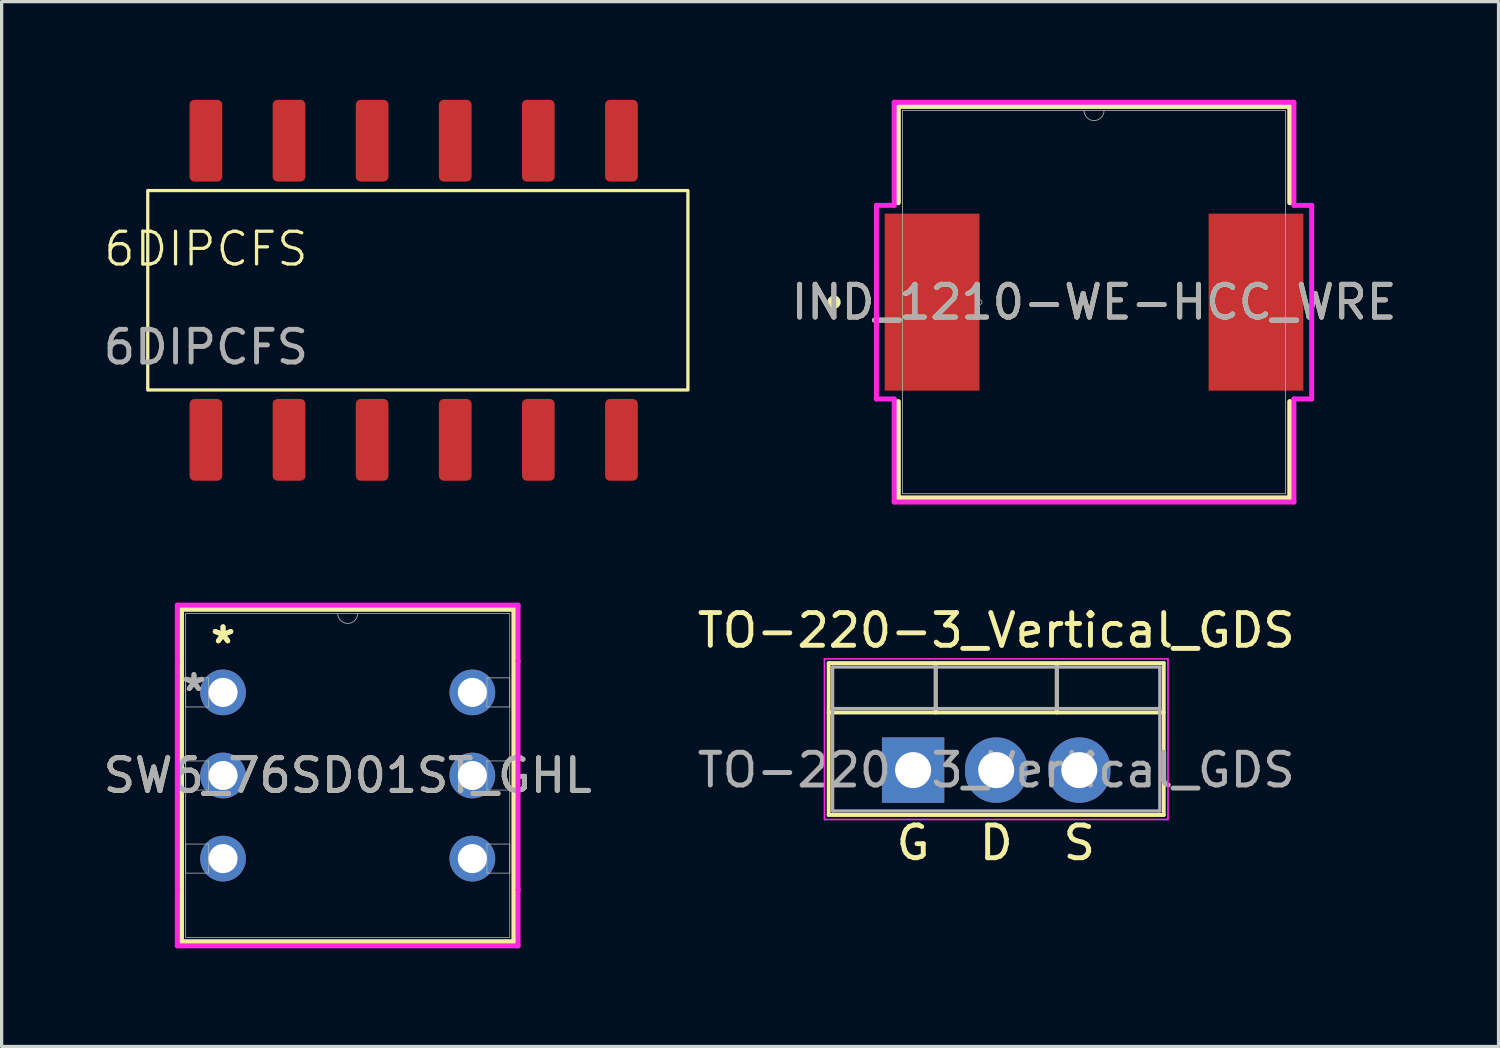
<source format=kicad_pcb>
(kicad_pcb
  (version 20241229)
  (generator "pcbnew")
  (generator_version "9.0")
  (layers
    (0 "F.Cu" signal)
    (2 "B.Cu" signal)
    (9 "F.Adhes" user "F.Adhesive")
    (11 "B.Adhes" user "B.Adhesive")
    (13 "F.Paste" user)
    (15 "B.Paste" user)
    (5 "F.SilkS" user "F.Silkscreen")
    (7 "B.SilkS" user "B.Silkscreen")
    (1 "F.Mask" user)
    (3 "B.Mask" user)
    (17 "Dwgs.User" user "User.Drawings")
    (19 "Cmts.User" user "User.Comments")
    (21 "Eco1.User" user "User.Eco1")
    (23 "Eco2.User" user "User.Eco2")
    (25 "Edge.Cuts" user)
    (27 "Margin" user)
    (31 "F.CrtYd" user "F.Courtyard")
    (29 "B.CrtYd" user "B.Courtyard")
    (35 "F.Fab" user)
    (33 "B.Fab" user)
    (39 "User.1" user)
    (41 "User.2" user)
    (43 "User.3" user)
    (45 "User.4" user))
  (footprint "SW6_76SD01ST_GHL"
    (layer "F.Cu")
    (at 3.767 18.113)
    (property "Reference" "SW6_76SD01ST_GHL" (at 3.81 2.54 0) (unlocked yes) (layer "F.SilkS") (effects (font (size 1 1) (thickness 0.15))))
    (attr through_hole)
    (fp_line (start -1.27 -2.54) (end -1.27 7.62) (stroke (width 0.152) (type solid)) (layer "F.SilkS"))
    (fp_line (start -1.27 7.62) (end 8.89 7.62) (stroke (width 0.152) (type solid)) (layer "F.SilkS"))
    (fp_line (start 8.89 -2.54) (end -1.27 -2.54) (stroke (width 0.152) (type solid)) (layer "F.SilkS"))
    (fp_line (start 8.89 7.62) (end 8.89 -2.54) (stroke (width 0.152) (type solid)) (layer "F.SilkS"))
    (fp_line (start -1.397 -2.667) (end 9.017 -2.667) (stroke (width 0.152) (type solid)) (layer "F.CrtYd"))
    (fp_line (start -1.397 -0.953) (end -1.397 -2.667) (stroke (width 0.152) (type solid)) (layer "F.CrtYd"))
    (fp_line (start -1.397 -0.953) (end -1.397 -0.953) (stroke (width 0.152) (type solid)) (layer "F.CrtYd"))
    (fp_line (start -1.397 6.032) (end -1.397 -0.953) (stroke (width 0.152) (type solid)) (layer "F.CrtYd"))
    (fp_line (start -1.397 6.032) (end -1.397 6.032) (stroke (width 0.152) (type solid)) (layer "F.CrtYd"))
    (fp_line (start -1.397 7.747) (end -1.397 6.032) (stroke (width 0.152) (type solid)) (layer "F.CrtYd"))
    (fp_line (start 9.017 -2.667) (end 9.017 -0.953) (stroke (width 0.152) (type solid)) (layer "F.CrtYd"))
    (fp_line (start 9.017 -0.953) (end 9.017 -0.953) (stroke (width 0.152) (type solid)) (layer "F.CrtYd"))
    (fp_line (start 9.017 -0.953) (end 9.017 6.032) (stroke (width 0.152) (type solid)) (layer "F.CrtYd"))
    (fp_line (start 9.017 6.032) (end 9.017 6.032) (stroke (width 0.152) (type solid)) (layer "F.CrtYd"))
    (fp_line (start 9.017 6.032) (end 9.017 7.747) (stroke (width 0.152) (type solid)) (layer "F.CrtYd"))
    (fp_line (start 9.017 7.747) (end -1.397 7.747) (stroke (width 0.152) (type solid)) (layer "F.CrtYd"))
    (fp_line (start -1.143 -2.413) (end -1.143 7.493) (stroke (width 0.025) (type solid)) (layer "F.Fab"))
    (fp_line (start -1.143 -0.445) (end -0.445 -0.445) (stroke (width 0.025) (type solid)) (layer "F.Fab"))
    (fp_line (start -1.143 0.445) (end -1.143 -0.445) (stroke (width 0.025) (type solid)) (layer "F.Fab"))
    (fp_line (start -1.143 2.095) (end -0.445 2.095) (stroke (width 0.025) (type solid)) (layer "F.Fab"))
    (fp_line (start -1.143 2.985) (end -1.143 2.095) (stroke (width 0.025) (type solid)) (layer "F.Fab"))
    (fp_line (start -1.143 4.636) (end -0.445 4.636) (stroke (width 0.025) (type solid)) (layer "F.Fab"))
    (fp_line (start -1.143 5.524) (end -1.143 4.636) (stroke (width 0.025) (type solid)) (layer "F.Fab"))
    (fp_line (start -1.143 7.493) (end 8.763 7.493) (stroke (width 0.025) (type solid)) (layer "F.Fab"))
    (fp_line (start -0.445 -0.445) (end -0.445 0.445) (stroke (width 0.025) (type solid)) (layer "F.Fab"))
    (fp_line (start -0.445 0.445) (end -1.143 0.445) (stroke (width 0.025) (type solid)) (layer "F.Fab"))
    (fp_line (start -0.445 2.095) (end -0.445 2.985) (stroke (width 0.025) (type solid)) (layer "F.Fab"))
    (fp_line (start -0.445 2.985) (end -1.143 2.985) (stroke (width 0.025) (type solid)) (layer "F.Fab"))
    (fp_line (start -0.445 4.636) (end -0.445 5.524) (stroke (width 0.025) (type solid)) (layer "F.Fab"))
    (fp_line (start -0.445 5.524) (end -1.143 5.524) (stroke (width 0.025) (type solid)) (layer "F.Fab"))
    (fp_line (start 8.065 -0.445) (end 8.763 -0.445) (stroke (width 0.025) (type solid)) (layer "F.Fab"))
    (fp_line (start 8.065 0.445) (end 8.065 -0.445) (stroke (width 0.025) (type solid)) (layer "F.Fab"))
    (fp_line (start 8.065 2.095) (end 8.763 2.095) (stroke (width 0.025) (type solid)) (layer "F.Fab"))
    (fp_line (start 8.065 2.985) (end 8.065 2.095) (stroke (width 0.025) (type solid)) (layer "F.Fab"))
    (fp_line (start 8.065 4.636) (end 8.763 4.636) (stroke (width 0.025) (type solid)) (layer "F.Fab"))
    (fp_line (start 8.065 5.524) (end 8.065 4.636) (stroke (width 0.025) (type solid)) (layer "F.Fab"))
    (fp_line (start 8.763 -2.413) (end -1.143 -2.413) (stroke (width 0.025) (type solid)) (layer "F.Fab"))
    (fp_line (start 8.763 -0.445) (end 8.763 0.445) (stroke (width 0.025) (type solid)) (layer "F.Fab"))
    (fp_line (start 8.763 0.445) (end 8.065 0.445) (stroke (width 0.025) (type solid)) (layer "F.Fab"))
    (fp_line (start 8.763 2.095) (end 8.763 2.985) (stroke (width 0.025) (type solid)) (layer "F.Fab"))
    (fp_line (start 8.763 2.985) (end 8.065 2.985) (stroke (width 0.025) (type solid)) (layer "F.Fab"))
    (fp_line (start 8.763 4.636) (end 8.763 5.524) (stroke (width 0.025) (type solid)) (layer "F.Fab"))
    (fp_line (start 8.763 5.524) (end 8.065 5.524) (stroke (width 0.025) (type solid)) (layer "F.Fab"))
    (fp_line (start 8.763 7.493) (end 8.763 -2.413) (stroke (width 0.025) (type solid)) (layer "F.Fab"))
    (fp_arc (start 4.1148 -2.413) (mid 3.81 -2.1082) (end 3.5052 -2.413) (stroke (width 0.0254) (type solid)) (layer "F.Fab"))
    (fp_text user "*" (at 0 -1.46 180) (layer "F.SilkS") (effects (font (size 1 1) (thickness 0.15))))
    (fp_text user "*" (at 0 -1.46 0) (unlocked yes) (layer "F.SilkS") (effects (font (size 1 1) (thickness 0.15))))
    (fp_text user "*" (at -0.889 0 0) (unlocked yes) (layer "F.Fab") (effects (font (size 1 1) (thickness 0.15))))
    (fp_text user "*" (at -0.889 0 180) (layer "F.Fab") (effects (font (size 1 1) (thickness 0.15))))
    (fp_text user "${REFERENCE}" (at 3.81 2.54 0) (unlocked yes) (layer "F.Fab") (effects (font (size 1 1) (thickness 0.15))))
    (pad "1" thru_hole circle (at 0 0) (size 1.397 1.397) (drill 0.889) (layers "*.Cu" "*.Mask"))
    (pad "2" thru_hole circle (at 0 2.54) (size 1.397 1.397) (drill 0.889) (layers "*.Cu" "*.Mask"))
    (pad "3" thru_hole circle (at 0 5.08) (size 1.397 1.397) (drill 0.889) (layers "*.Cu" "*.Mask"))
    (pad "4" thru_hole circle (at 7.62 5.08) (size 1.397 1.397) (drill 0.889) (layers "*.Cu" "*.Mask"))
    (pad "5" thru_hole circle (at 7.62 2.54) (size 1.397 1.397) (drill 0.889) (layers "*.Cu" "*.Mask"))
    (pad "6" thru_hole circle (at 7.62 0) (size 1.397 1.397) (drill 0.889) (layers "*.Cu" "*.Mask")))
  (footprint "6DIPCFS"
    (layer "F.Cu")
    (at 3.244 5.06)
    (property "Reference" "6DIPCFS" (at 0 -0.5 0) (unlocked yes) (layer "F.SilkS") (effects (font (size 1 1) (thickness 0.1))))
    (attr smd)
    (fp_rect (start -1.778 -2.286) (end 14.732 3.81) (stroke (width 0.1) (type default)) (fill no) (layer "F.SilkS"))
    (fp_text user "${REFERENCE}" (at 0 2.5 0) (unlocked yes) (layer "F.Fab") (effects (font (size 1 1) (thickness 0.15))))
    (pad "1" smd roundrect (at 0 -3.81) (size 1 2.5) (layers "F.Cu" "F.Mask" "F.Paste") (roundrect_rratio 0.15))
    (pad "2" smd roundrect (at 2.54 -3.81 90) (size 2.5 1) (layers "F.Cu" "F.Mask" "F.Paste") (roundrect_rratio 0.15))
    (pad "3" smd roundrect (at 5.08 -3.81 90) (size 2.5 1) (layers "F.Cu" "F.Mask" "F.Paste") (roundrect_rratio 0.15))
    (pad "4" smd roundrect (at 7.62 -3.81 90) (size 2.5 1) (layers "F.Cu" "F.Mask" "F.Paste") (roundrect_rratio 0.15))
    (pad "5" smd roundrect (at 10.16 -3.81 90) (size 2.5 1) (layers "F.Cu" "F.Mask" "F.Paste") (roundrect_rratio 0.15))
    (pad "6" smd roundrect (at 12.7 -3.81 90) (size 2.5 1) (layers "F.Cu" "F.Mask" "F.Paste") (roundrect_rratio 0.15))
    (pad "7" smd roundrect (at 12.7 5.334 90) (size 2.5 1) (layers "F.Cu" "F.Mask" "F.Paste") (roundrect_rratio 0.15))
    (pad "8" smd roundrect (at 10.16 5.334 90) (size 2.5 1) (layers "F.Cu" "F.Mask" "F.Paste") (roundrect_rratio 0.15))
    (pad "9" smd roundrect (at 7.62 5.334 90) (size 2.5 1) (layers "F.Cu" "F.Mask" "F.Paste") (roundrect_rratio 0.15))
    (pad "10" smd roundrect (at 5.08 5.334 90) (size 2.5 1) (layers "F.Cu" "F.Mask" "F.Paste") (roundrect_rratio 0.15))
    (pad "11" smd roundrect (at 2.54 5.334 90) (size 2.5 1) (layers "F.Cu" "F.Mask" "F.Paste") (roundrect_rratio 0.15))
    (pad "12" smd roundrect (at 0 5.334 90) (size 2.5 1) (layers "F.Cu" "F.Mask" "F.Paste") (roundrect_rratio 0.15)))
  (footprint "TO-220-3_Vertical_GDS"
    (layer "F.Cu")
    (at 24.859 20.488)
    (property "Reference" "TO-220-3_Vertical_GDS" (at 2.54 -4.27 0) (layer "F.SilkS") (effects (font (size 1 1) (thickness 0.15))))
    (fp_line (start -2.58 -3.27) (end -2.58 1.371) (stroke (width 0.12) (type solid)) (layer "F.SilkS"))
    (fp_line (start -2.58 -3.27) (end 7.66 -3.27) (stroke (width 0.12) (type solid)) (layer "F.SilkS"))
    (fp_line (start -2.58 -1.76) (end 7.66 -1.76) (stroke (width 0.12) (type solid)) (layer "F.SilkS"))
    (fp_line (start -2.58 1.371) (end 7.66 1.371) (stroke (width 0.12) (type solid)) (layer "F.SilkS"))
    (fp_line (start 0.69 -3.27) (end 0.69 -1.76) (stroke (width 0.12) (type solid)) (layer "F.SilkS"))
    (fp_line (start 4.391 -3.27) (end 4.391 -1.76) (stroke (width 0.12) (type solid)) (layer "F.SilkS"))
    (fp_line (start 7.66 -3.27) (end 7.66 1.371) (stroke (width 0.12) (type solid)) (layer "F.SilkS"))
    (fp_line (start -2.71 -3.4) (end -2.71 1.51) (stroke (width 0.05) (type solid)) (layer "F.CrtYd"))
    (fp_line (start -2.71 1.51) (end 7.79 1.51) (stroke (width 0.05) (type solid)) (layer "F.CrtYd"))
    (fp_line (start 7.79 -3.4) (end -2.71 -3.4) (stroke (width 0.05) (type solid)) (layer "F.CrtYd"))
    (fp_line (start 7.79 1.51) (end 7.79 -3.4) (stroke (width 0.05) (type solid)) (layer "F.CrtYd"))
    (fp_line (start -2.46 -3.15) (end -2.46 1.25) (stroke (width 0.1) (type solid)) (layer "F.Fab"))
    (fp_line (start -2.46 -1.88) (end 7.54 -1.88) (stroke (width 0.1) (type solid)) (layer "F.Fab"))
    (fp_line (start -2.46 1.25) (end 7.54 1.25) (stroke (width 0.1) (type solid)) (layer "F.Fab"))
    (fp_line (start 0.69 -3.15) (end 0.69 -1.88) (stroke (width 0.1) (type solid)) (layer "F.Fab"))
    (fp_line (start 4.39 -3.15) (end 4.39 -1.88) (stroke (width 0.1) (type solid)) (layer "F.Fab"))
    (fp_line (start 7.54 -3.15) (end -2.46 -3.15) (stroke (width 0.1) (type solid)) (layer "F.Fab"))
    (fp_line (start 7.54 1.25) (end 7.54 -3.15) (stroke (width 0.1) (type solid)) (layer "F.Fab"))
    (fp_text user "S" (at 5.08 2.223 0) (unlocked yes) (layer "F.SilkS") (effects (font (size 1 1) (thickness 0.15))))
    (fp_text user "D" (at 2.54 2.223 0) (unlocked yes) (layer "F.SilkS") (effects (font (size 1 1) (thickness 0.15))))
    (fp_text user "G" (at 0 2.223 0) (unlocked yes) (layer "F.SilkS") (effects (font (size 1 1) (thickness 0.15))))
    (fp_text user "${REFERENCE}" (at 2.54 0 0) (layer "F.Fab") (effects (font (size 1 1) (thickness 0.15))))
    (pad "1" thru_hole rect (at 0 0) (size 1.905 2) (drill 1.1) (layers "*.Cu" "*.Mask"))
    (pad "2" thru_hole oval (at 2.54 0) (size 1.905 2) (drill 1.1) (layers "*.Cu" "*.Mask"))
    (pad "3" thru_hole oval (at 5.08 0) (size 1.905 2) (drill 1.1) (layers "*.Cu" "*.Mask")))
  (footprint "IND_1210-WE-HCC_WRE"
    (layer "F.Cu")
    (at 30.389 6.185)
    (property "Reference" "IND_1210-WE-HCC_WRE" (at 0 0 0) (unlocked yes) (layer "F.SilkS") (effects (font (size 1 1) (thickness 0.15))))
    (attr smd)
    (fp_line (start -5.982 -5.982) (end -5.982 -3.038) (stroke (width 0.152) (type solid)) (layer "F.SilkS"))
    (fp_line (start -5.982 3.038) (end -5.982 5.982) (stroke (width 0.152) (type solid)) (layer "F.SilkS"))
    (fp_line (start -5.982 5.982) (end 5.982 5.982) (stroke (width 0.152) (type solid)) (layer "F.SilkS"))
    (fp_line (start 5.982 -5.982) (end -5.982 -5.982) (stroke (width 0.152) (type solid)) (layer "F.SilkS"))
    (fp_line (start 5.982 -3.038) (end 5.982 -5.982) (stroke (width 0.152) (type solid)) (layer "F.SilkS"))
    (fp_line (start 5.982 5.982) (end 5.982 3.038) (stroke (width 0.152) (type solid)) (layer "F.SilkS"))
    (fp_circle (center -7.947 0) (end -7.82 0) (stroke (width 0.152) (type solid)) (fill no) (layer "F.SilkS"))
    (fp_line (start -6.652 -2.959) (end -6.109 -2.959) (stroke (width 0.152) (type solid)) (layer "F.CrtYd"))
    (fp_line (start -6.652 2.959) (end -6.652 -2.959) (stroke (width 0.152) (type solid)) (layer "F.CrtYd"))
    (fp_line (start -6.652 2.959) (end -6.109 2.959) (stroke (width 0.152) (type solid)) (layer "F.CrtYd"))
    (fp_line (start -6.109 -6.109) (end 6.109 -6.109) (stroke (width 0.152) (type solid)) (layer "F.CrtYd"))
    (fp_line (start -6.109 -2.959) (end -6.109 -6.109) (stroke (width 0.152) (type solid)) (layer "F.CrtYd"))
    (fp_line (start -6.109 6.109) (end -6.109 2.959) (stroke (width 0.152) (type solid)) (layer "F.CrtYd"))
    (fp_line (start 6.109 -6.109) (end 6.109 -2.959) (stroke (width 0.152) (type solid)) (layer "F.CrtYd"))
    (fp_line (start 6.109 2.959) (end 6.109 6.109) (stroke (width 0.152) (type solid)) (layer "F.CrtYd"))
    (fp_line (start 6.109 6.109) (end -6.109 6.109) (stroke (width 0.152) (type solid)) (layer "F.CrtYd"))
    (fp_line (start 6.652 -2.959) (end 6.109 -2.959) (stroke (width 0.152) (type solid)) (layer "F.CrtYd"))
    (fp_line (start 6.652 -2.959) (end 6.652 2.959) (stroke (width 0.152) (type solid)) (layer "F.CrtYd"))
    (fp_line (start 6.652 2.959) (end 6.109 2.959) (stroke (width 0.152) (type solid)) (layer "F.CrtYd"))
    (fp_line (start -5.855 -5.855) (end -5.855 5.855) (stroke (width 0.025) (type solid)) (layer "F.Fab"))
    (fp_line (start -5.855 5.855) (end 5.855 5.855) (stroke (width 0.025) (type solid)) (layer "F.Fab"))
    (fp_line (start 5.855 -5.855) (end -5.855 -5.855) (stroke (width 0.025) (type solid)) (layer "F.Fab"))
    (fp_line (start 5.855 5.855) (end 5.855 -5.855) (stroke (width 0.025) (type solid)) (layer "F.Fab"))
    (fp_arc (start 0.3048 -5.8547) (mid 0 -5.5499) (end -0.3048 -5.8547) (stroke (width 0.0254) (type solid)) (layer "F.Fab"))
    (fp_circle (center -3.502 0) (end -3.426 0) (stroke (width 0.025) (type solid)) (fill no) (layer "F.Fab"))
    (fp_text user "${REFERENCE}" (at 0 0 0) (unlocked yes) (layer "F.Fab") (effects (font (size 1 1) (thickness 0.15))))
    (pad "1" smd rect (at -4.95 0) (size 2.896 5.41) (layers "F.Cu" "F.Mask" "F.Paste"))
    (pad "2" smd rect (at 4.95 0) (size 2.896 5.41) (layers "F.Cu" "F.Mask" "F.Paste")))
  (gr_rect
    (start -3 -3)
    (end 42.752 28.936)
    (stroke (width 0.1) (type default))
    (fill no)
    (layer "Edge.Cuts")))
</source>
